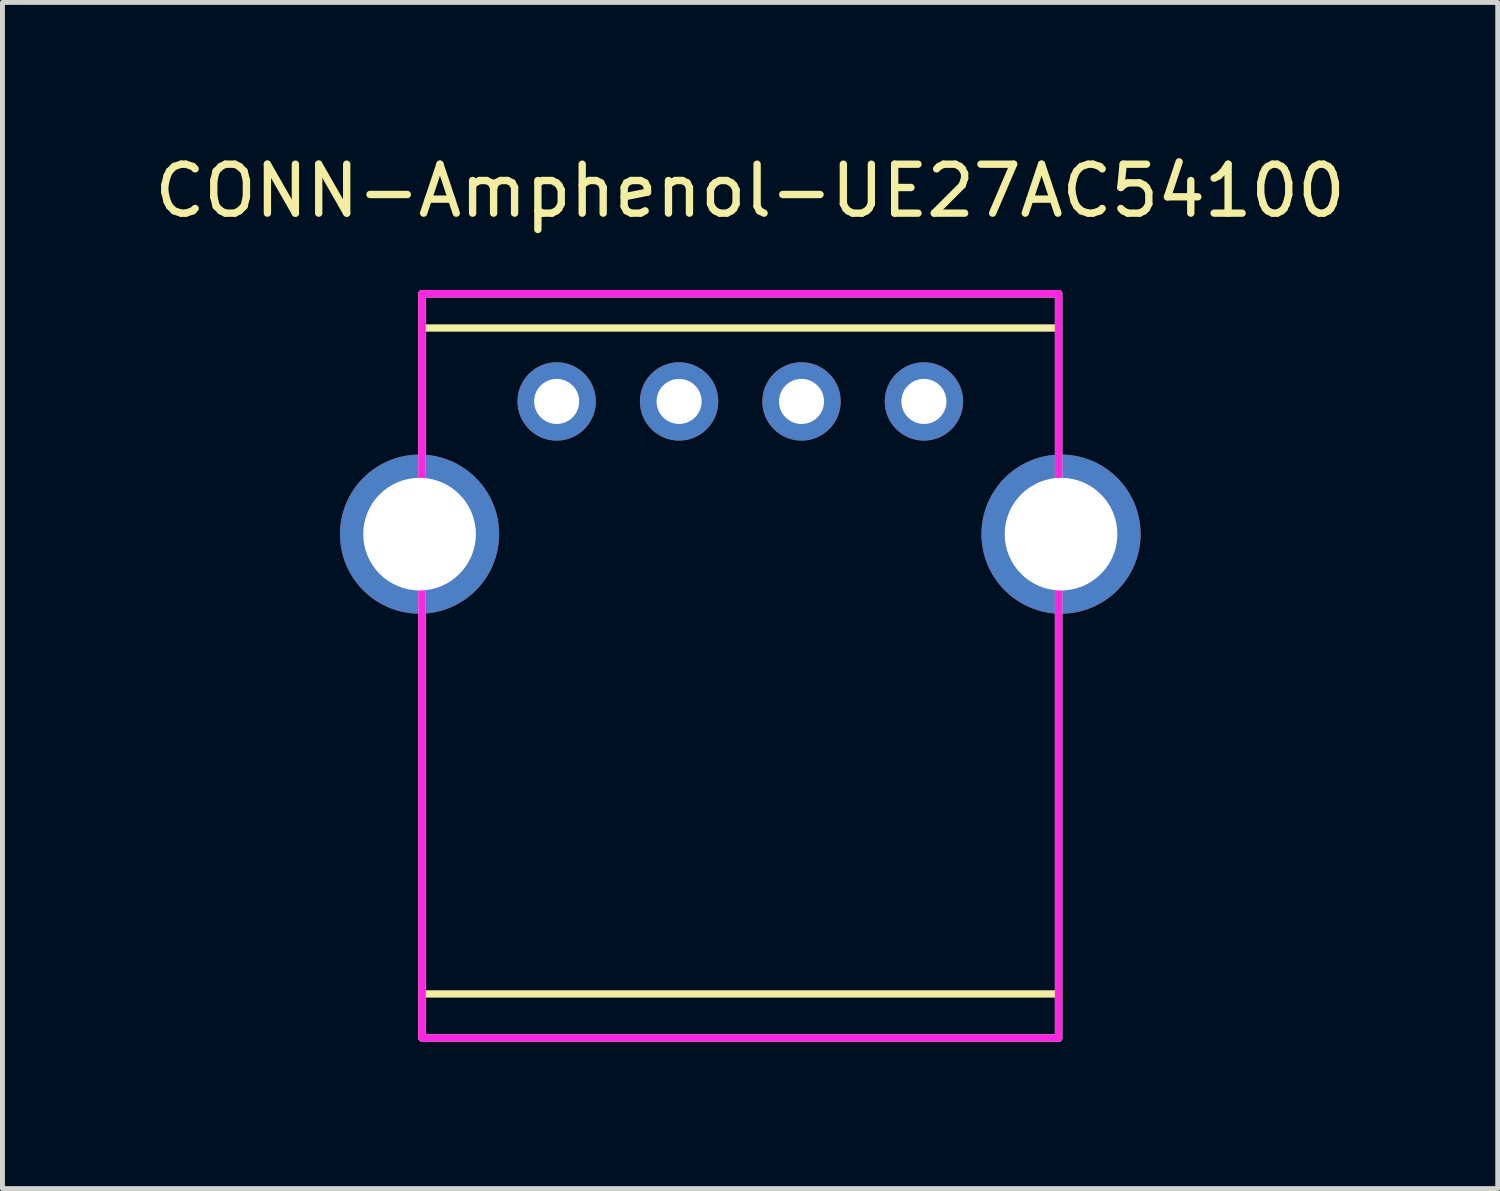
<source format=kicad_pcb>
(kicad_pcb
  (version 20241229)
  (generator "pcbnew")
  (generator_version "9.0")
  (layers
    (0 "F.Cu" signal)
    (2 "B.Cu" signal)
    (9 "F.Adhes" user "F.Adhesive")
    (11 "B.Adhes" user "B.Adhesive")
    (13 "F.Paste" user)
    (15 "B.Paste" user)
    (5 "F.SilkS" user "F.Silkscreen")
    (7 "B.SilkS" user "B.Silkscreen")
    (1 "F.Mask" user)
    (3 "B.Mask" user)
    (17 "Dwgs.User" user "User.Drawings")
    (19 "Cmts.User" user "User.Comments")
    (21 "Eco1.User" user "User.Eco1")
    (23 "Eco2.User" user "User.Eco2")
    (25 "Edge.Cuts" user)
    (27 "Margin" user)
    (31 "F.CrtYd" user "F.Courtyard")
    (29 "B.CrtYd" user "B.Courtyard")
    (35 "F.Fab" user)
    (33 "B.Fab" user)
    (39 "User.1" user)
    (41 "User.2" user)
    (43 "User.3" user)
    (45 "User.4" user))
  (footprint "CONN-Amphenol-UE27AC54100"
    (layer "F.Cu")
    (at 12.068 5.148)
    (property "Reference" "CONN-Amphenol-UE27AC54100" (at 0.2 -4.3 0) (layer "F.SilkS") (effects (font (size 1 1) (thickness 0.15))))
    (attr through_hole)
    (fp_line (start -6.5 -2.2) (end -6.5 -1.5) (stroke (width 0.15) (type solid)) (layer "F.SilkS"))
    (fp_line (start -6.5 -1.5) (end 6.5 -1.5) (stroke (width 0.15) (type solid)) (layer "F.SilkS"))
    (fp_line (start -6.5 12.1) (end 6.5 12.1) (stroke (width 0.15) (type solid)) (layer "F.SilkS"))
    (fp_line (start -6.5 13) (end -6.5 -1.5) (stroke (width 0.15) (type solid)) (layer "F.SilkS"))
    (fp_line (start 6.5 -2.2) (end -6.5 -2.2) (stroke (width 0.15) (type solid)) (layer "F.SilkS"))
    (fp_line (start 6.5 -1.5) (end 6.5 -2.2) (stroke (width 0.15) (type solid)) (layer "F.SilkS"))
    (fp_line (start 6.5 -1.5) (end 6.5 13) (stroke (width 0.15) (type solid)) (layer "F.SilkS"))
    (fp_line (start 6.5 13) (end -6.5 13) (stroke (width 0.15) (type solid)) (layer "F.SilkS"))
    (fp_line (start -6.5 -2.2) (end 6.5 -2.2) (stroke (width 0.15) (type solid)) (layer "F.CrtYd"))
    (fp_line (start -6.5 13) (end -6.5 -2.2) (stroke (width 0.15) (type solid)) (layer "F.CrtYd"))
    (fp_line (start 6.5 -2.2) (end 6.5 13) (stroke (width 0.15) (type solid)) (layer "F.CrtYd"))
    (fp_line (start 6.5 13) (end -6.5 13) (stroke (width 0.15) (type solid)) (layer "F.CrtYd"))
    (fp_line (start -6.5 -2.2) (end 6.5 -2.2) (stroke (width 0.15) (type solid)) (layer "F.Fab"))
    (fp_line (start -6.5 13) (end -6.5 -2.2) (stroke (width 0.15) (type solid)) (layer "F.Fab"))
    (fp_line (start 6.5 -2.2) (end 6.5 13) (stroke (width 0.15) (type solid)) (layer "F.Fab"))
    (fp_line (start 6.5 13) (end -6.5 13) (stroke (width 0.15) (type solid)) (layer "F.Fab"))
    (pad "0" thru_hole circle (at -6.55 2.71) (size 3.25 3.25) (drill 2.3) (layers "*.Cu" "*.Mask"))
    (pad "0" thru_hole circle (at 6.55 2.71) (size 3.25 3.25) (drill 2.3) (layers "*.Cu" "*.Mask"))
    (pad "1" thru_hole circle (at -3.75 0) (size 1.6 1.6) (drill 0.92) (layers "*.Cu" "*.Mask"))
    (pad "2" thru_hole circle (at -1.25 0) (size 1.6 1.6) (drill 0.92) (layers "*.Cu" "*.Mask"))
    (pad "3" thru_hole circle (at 1.25 0) (size 1.6 1.6) (drill 0.92) (layers "*.Cu" "*.Mask"))
    (pad "4" thru_hole circle (at 3.75 0) (size 1.6 1.6) (drill 0.92) (layers "*.Cu" "*.Mask")))
  (gr_rect
    (start -3 -3)
    (end 27.536 21.223)
    (stroke (width 0.1) (type default))
    (fill no)
    (layer "Edge.Cuts")))
</source>
